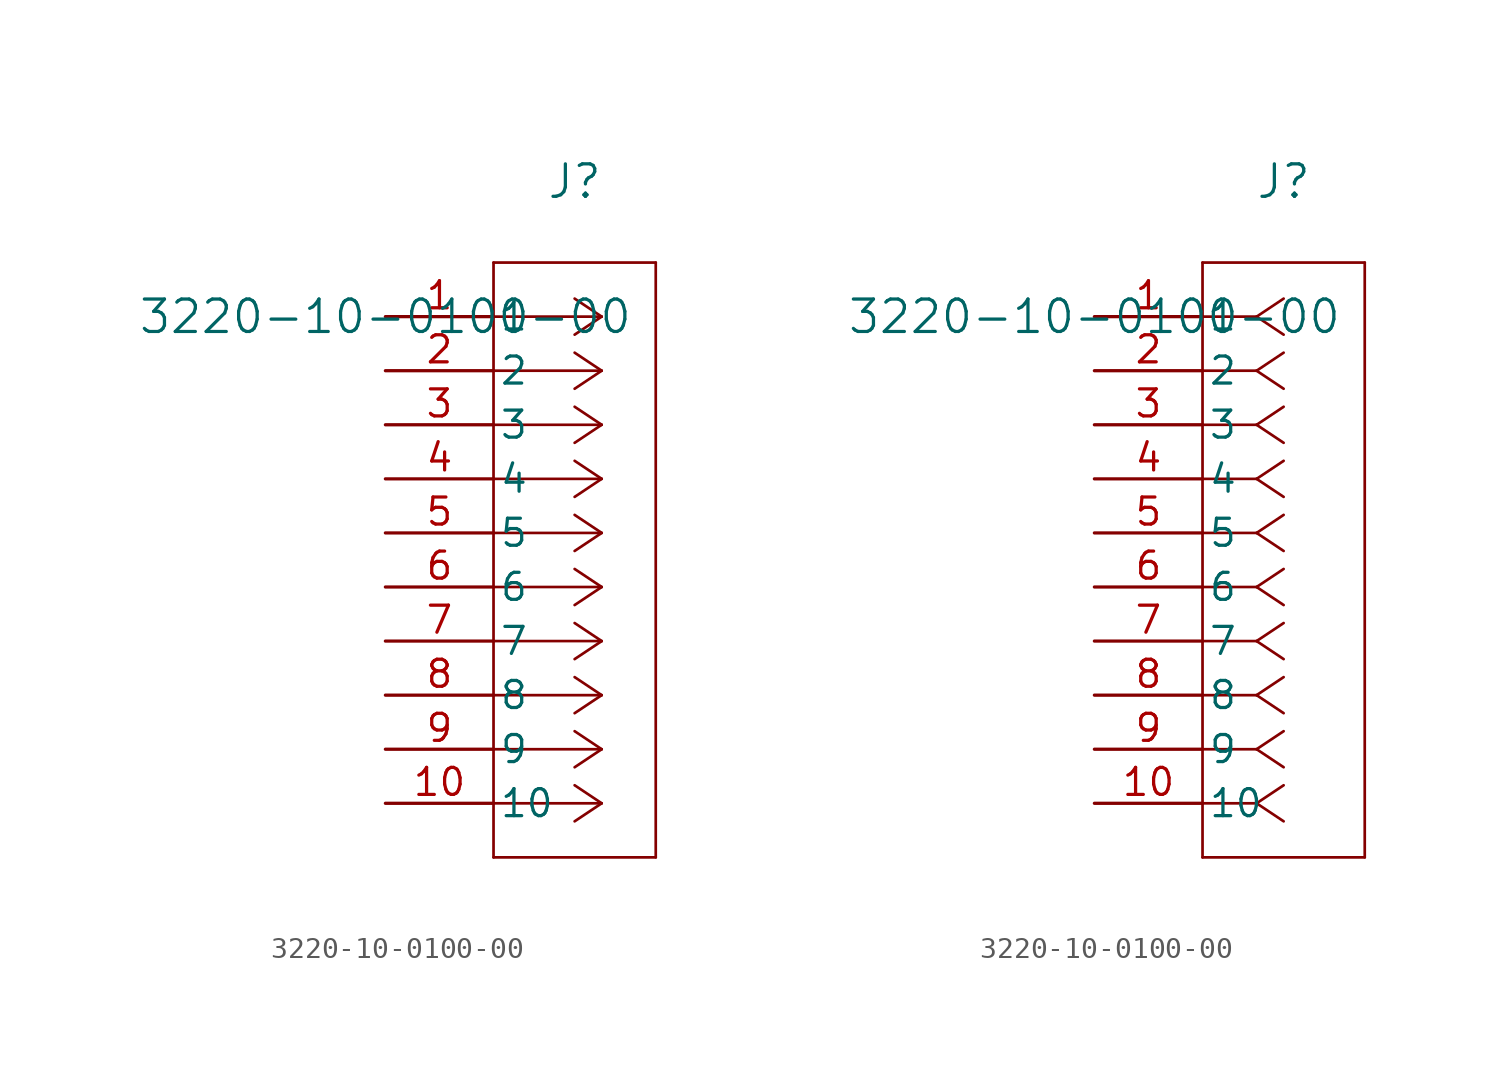
<source format=kicad_sym>
(kicad_symbol_lib
  (version 20211014)
  (generator kicad_symbol_editor)
  (symbol "3220-10-0100-00"
    (pin_names
      (offset 0.254))
    (property "Reference" "J"
      (at 8.89 6.35 0)
      (effects (font (size 1.524 1.524))))
    (property "Value" "3220-10-0100-00"
      (at 0 0 0)
      (effects (font (size 1.524 1.524))))
    (symbol "3220-10-0100-00_1_1"
      (polyline (pts (xy 10.16 0) (xy 5.08 0)) (stroke (width .127) (type default) (color 0 0 0 0)) (fill (type none)))
      (polyline (pts (xy 10.16 -2.54) (xy 5.08 -2.54)) (stroke (width .127) (type default) (color 0 0 0 0)) (fill (type none)))
      (polyline (pts (xy 10.16 -5.08) (xy 5.08 -5.08)) (stroke (width .127) (type default) (color 0 0 0 0)) (fill (type none)))
      (polyline (pts (xy 10.16 -7.62) (xy 5.08 -7.62)) (stroke (width .127) (type default) (color 0 0 0 0)) (fill (type none)))
      (polyline (pts (xy 10.16 -10.16) (xy 5.08 -10.16)) (stroke (width .127) (type default) (color 0 0 0 0)) (fill (type none)))
      (polyline (pts (xy 10.16 -12.7) (xy 5.08 -12.7)) (stroke (width .127) (type default) (color 0 0 0 0)) (fill (type none)))
      (polyline (pts (xy 10.16 -15.24) (xy 5.08 -15.24)) (stroke (width .127) (type default) (color 0 0 0 0)) (fill (type none)))
      (polyline (pts (xy 10.16 -17.78) (xy 5.08 -17.78)) (stroke (width .127) (type default) (color 0 0 0 0)) (fill (type none)))
      (polyline (pts (xy 10.16 -20.32) (xy 5.08 -20.32)) (stroke (width .127) (type default) (color 0 0 0 0)) (fill (type none)))
      (polyline (pts (xy 10.16 -22.86) (xy 5.08 -22.86)) (stroke (width .127) (type default) (color 0 0 0 0)) (fill (type none)))
      (polyline (pts (xy 10.16 0) (xy 8.89 .846666)) (stroke (width .127) (type default) (color 0 0 0 0)) (fill (type none)))
      (polyline (pts (xy 10.16 -2.54) (xy 8.89 -1.693)) (stroke (width .127) (type default) (color 0 0 0 0)) (fill (type none)))
      (polyline (pts (xy 10.16 -5.08) (xy 8.89 -4.233)) (stroke (width .127) (type default) (color 0 0 0 0)) (fill (type none)))
      (polyline (pts (xy 10.16 -7.62) (xy 8.89 -6.773)) (stroke (width .127) (type default) (color 0 0 0 0)) (fill (type none)))
      (polyline (pts (xy 10.16 -10.16) (xy 8.89 -9.313)) (stroke (width .127) (type default) (color 0 0 0 0)) (fill (type none)))
      (polyline (pts (xy 10.16 -12.7) (xy 8.89 -11.853)) (stroke (width .127) (type default) (color 0 0 0 0)) (fill (type none)))
      (polyline (pts (xy 10.16 -15.24) (xy 8.89 -14.393)) (stroke (width .127) (type default) (color 0 0 0 0)) (fill (type none)))
      (polyline (pts (xy 10.16 -17.78) (xy 8.89 -16.933)) (stroke (width .127) (type default) (color 0 0 0 0)) (fill (type none)))
      (polyline (pts (xy 10.16 -20.32) (xy 8.89 -19.473)) (stroke (width .127) (type default) (color 0 0 0 0)) (fill (type none)))
      (polyline (pts (xy 10.16 -22.86) (xy 8.89 -22.013)) (stroke (width .127) (type default) (color 0 0 0 0)) (fill (type none)))
      (polyline (pts (xy 10.16 0) (xy 8.89 -.846666)) (stroke (width .127) (type default) (color 0 0 0 0)) (fill (type none)))
      (polyline (pts (xy 10.16 -2.54) (xy 8.89 -3.387)) (stroke (width .127) (type default) (color 0 0 0 0)) (fill (type none)))
      (polyline (pts (xy 10.16 -5.08) (xy 8.89 -5.927)) (stroke (width .127) (type default) (color 0 0 0 0)) (fill (type none)))
      (polyline (pts (xy 10.16 -7.62) (xy 8.89 -8.467)) (stroke (width .127) (type default) (color 0 0 0 0)) (fill (type none)))
      (polyline (pts (xy 10.16 -10.16) (xy 8.89 -11.007)) (stroke (width .127) (type default) (color 0 0 0 0)) (fill (type none)))
      (polyline (pts (xy 10.16 -12.7) (xy 8.89 -13.547)) (stroke (width .127) (type default) (color 0 0 0 0)) (fill (type none)))
      (polyline (pts (xy 10.16 -15.24) (xy 8.89 -16.087)) (stroke (width .127) (type default) (color 0 0 0 0)) (fill (type none)))
      (polyline (pts (xy 10.16 -17.78) (xy 8.89 -18.627)) (stroke (width .127) (type default) (color 0 0 0 0)) (fill (type none)))
      (polyline (pts (xy 10.16 -20.32) (xy 8.89 -21.167)) (stroke (width .127) (type default) (color 0 0 0 0)) (fill (type none)))
      (polyline (pts (xy 10.16 -22.86) (xy 8.89 -23.707)) (stroke (width .127) (type default) (color 0 0 0 0)) (fill (type none)))
      (polyline (pts (xy 5.08 2.54) (xy 5.08 -25.4)) (stroke (width .127) (type default) (color 0 0 0 0)) (fill (type none)))
      (polyline (pts (xy 5.08 -25.4) (xy 12.7 -25.4)) (stroke (width .127) (type default) (color 0 0 0 0)) (fill (type none)))
      (polyline (pts (xy 12.7 -25.4) (xy 12.7 2.54)) (stroke (width .127) (type default) (color 0 0 0 0)) (fill (type none)))
      (polyline (pts (xy 12.7 2.54) (xy 5.08 2.54)) (stroke (width .127) (type default) (color 0 0 0 0)) (fill (type none)))
      (pin unspecified line (at 0 0 0) (length 5.08) (name "1" (effects (font (size 1.27 1.27)))) (number "1" (effects (font (size 1.27 1.27)))))
      (pin unspecified line (at 0 -2.54 0) (length 5.08) (name "2" (effects (font (size 1.27 1.27)))) (number "2" (effects (font (size 1.27 1.27)))))
      (pin unspecified line (at 0 -5.08 0) (length 5.08) (name "3" (effects (font (size 1.27 1.27)))) (number "3" (effects (font (size 1.27 1.27)))))
      (pin unspecified line (at 0 -7.62 0) (length 5.08) (name "4" (effects (font (size 1.27 1.27)))) (number "4" (effects (font (size 1.27 1.27)))))
      (pin unspecified line (at 0 -10.16 0) (length 5.08) (name "5" (effects (font (size 1.27 1.27)))) (number "5" (effects (font (size 1.27 1.27)))))
      (pin unspecified line (at 0 -12.7 0) (length 5.08) (name "6" (effects (font (size 1.27 1.27)))) (number "6" (effects (font (size 1.27 1.27)))))
      (pin unspecified line (at 0 -15.24 0) (length 5.08) (name "7" (effects (font (size 1.27 1.27)))) (number "7" (effects (font (size 1.27 1.27)))))
      (pin unspecified line (at 0 -17.78 0) (length 5.08) (name "8" (effects (font (size 1.27 1.27)))) (number "8" (effects (font (size 1.27 1.27)))))
      (pin unspecified line (at 0 -20.32 0) (length 5.08) (name "9" (effects (font (size 1.27 1.27)))) (number "9" (effects (font (size 1.27 1.27)))))
      (pin unspecified line (at 0 -22.86 0) (length 5.08) (name "10" (effects (font (size 1.27 1.27)))) (number "10" (effects (font (size 1.27 1.27))))))
    (symbol "3220-10-0100-00_1_2"
      (polyline (pts (xy 7.62 0) (xy 5.08 0)) (stroke (width .127) (type default) (color 0 0 0 0)) (fill (type none)))
      (polyline (pts (xy 7.62 -2.54) (xy 5.08 -2.54)) (stroke (width .127) (type default) (color 0 0 0 0)) (fill (type none)))
      (polyline (pts (xy 7.62 -5.08) (xy 5.08 -5.08)) (stroke (width .127) (type default) (color 0 0 0 0)) (fill (type none)))
      (polyline (pts (xy 7.62 -7.62) (xy 5.08 -7.62)) (stroke (width .127) (type default) (color 0 0 0 0)) (fill (type none)))
      (polyline (pts (xy 7.62 -10.16) (xy 5.08 -10.16)) (stroke (width .127) (type default) (color 0 0 0 0)) (fill (type none)))
      (polyline (pts (xy 7.62 -12.7) (xy 5.08 -12.7)) (stroke (width .127) (type default) (color 0 0 0 0)) (fill (type none)))
      (polyline (pts (xy 7.62 -15.24) (xy 5.08 -15.24)) (stroke (width .127) (type default) (color 0 0 0 0)) (fill (type none)))
      (polyline (pts (xy 7.62 -17.78) (xy 5.08 -17.78)) (stroke (width .127) (type default) (color 0 0 0 0)) (fill (type none)))
      (polyline (pts (xy 7.62 -20.32) (xy 5.08 -20.32)) (stroke (width .127) (type default) (color 0 0 0 0)) (fill (type none)))
      (polyline (pts (xy 7.62 -22.86) (xy 5.08 -22.86)) (stroke (width .127) (type default) (color 0 0 0 0)) (fill (type none)))
      (polyline (pts (xy 7.62 0) (xy 8.89 .846666)) (stroke (width .127) (type default) (color 0 0 0 0)) (fill (type none)))
      (polyline (pts (xy 7.62 -2.54) (xy 8.89 -1.693)) (stroke (width .127) (type default) (color 0 0 0 0)) (fill (type none)))
      (polyline (pts (xy 7.62 -5.08) (xy 8.89 -4.233)) (stroke (width .127) (type default) (color 0 0 0 0)) (fill (type none)))
      (polyline (pts (xy 7.62 -7.62) (xy 8.89 -6.773)) (stroke (width .127) (type default) (color 0 0 0 0)) (fill (type none)))
      (polyline (pts (xy 7.62 -10.16) (xy 8.89 -9.313)) (stroke (width .127) (type default) (color 0 0 0 0)) (fill (type none)))
      (polyline (pts (xy 7.62 -12.7) (xy 8.89 -11.853)) (stroke (width .127) (type default) (color 0 0 0 0)) (fill (type none)))
      (polyline (pts (xy 7.62 -15.24) (xy 8.89 -14.393)) (stroke (width .127) (type default) (color 0 0 0 0)) (fill (type none)))
      (polyline (pts (xy 7.62 -17.78) (xy 8.89 -16.933)) (stroke (width .127) (type default) (color 0 0 0 0)) (fill (type none)))
      (polyline (pts (xy 7.62 -20.32) (xy 8.89 -19.473)) (stroke (width .127) (type default) (color 0 0 0 0)) (fill (type none)))
      (polyline (pts (xy 7.62 -22.86) (xy 8.89 -22.013)) (stroke (width .127) (type default) (color 0 0 0 0)) (fill (type none)))
      (polyline (pts (xy 7.62 0) (xy 8.89 -.846666)) (stroke (width .127) (type default) (color 0 0 0 0)) (fill (type none)))
      (polyline (pts (xy 7.62 -2.54) (xy 8.89 -3.387)) (stroke (width .127) (type default) (color 0 0 0 0)) (fill (type none)))
      (polyline (pts (xy 7.62 -5.08) (xy 8.89 -5.927)) (stroke (width .127) (type default) (color 0 0 0 0)) (fill (type none)))
      (polyline (pts (xy 7.62 -7.62) (xy 8.89 -8.467)) (stroke (width .127) (type default) (color 0 0 0 0)) (fill (type none)))
      (polyline (pts (xy 7.62 -10.16) (xy 8.89 -11.007)) (stroke (width .127) (type default) (color 0 0 0 0)) (fill (type none)))
      (polyline (pts (xy 7.62 -12.7) (xy 8.89 -13.547)) (stroke (width .127) (type default) (color 0 0 0 0)) (fill (type none)))
      (polyline (pts (xy 7.62 -15.24) (xy 8.89 -16.087)) (stroke (width .127) (type default) (color 0 0 0 0)) (fill (type none)))
      (polyline (pts (xy 7.62 -17.78) (xy 8.89 -18.627)) (stroke (width .127) (type default) (color 0 0 0 0)) (fill (type none)))
      (polyline (pts (xy 7.62 -20.32) (xy 8.89 -21.167)) (stroke (width .127) (type default) (color 0 0 0 0)) (fill (type none)))
      (polyline (pts (xy 7.62 -22.86) (xy 8.89 -23.707)) (stroke (width .127) (type default) (color 0 0 0 0)) (fill (type none)))
      (polyline (pts (xy 5.08 2.54) (xy 5.08 -25.4)) (stroke (width .127) (type default) (color 0 0 0 0)) (fill (type none)))
      (polyline (pts (xy 5.08 -25.4) (xy 12.7 -25.4)) (stroke (width .127) (type default) (color 0 0 0 0)) (fill (type none)))
      (polyline (pts (xy 12.7 -25.4) (xy 12.7 2.54)) (stroke (width .127) (type default) (color 0 0 0 0)) (fill (type none)))
      (polyline (pts (xy 12.7 2.54) (xy 5.08 2.54)) (stroke (width .127) (type default) (color 0 0 0 0)) (fill (type none)))
      (pin unspecified line (at 0 0 0) (length 5.08) (name "1" (effects (font (size 1.27 1.27)))) (number "1" (effects (font (size 1.27 1.27)))))
      (pin unspecified line (at 0 -2.54 0) (length 5.08) (name "2" (effects (font (size 1.27 1.27)))) (number "2" (effects (font (size 1.27 1.27)))))
      (pin unspecified line (at 0 -5.08 0) (length 5.08) (name "3" (effects (font (size 1.27 1.27)))) (number "3" (effects (font (size 1.27 1.27)))))
      (pin unspecified line (at 0 -7.62 0) (length 5.08) (name "4" (effects (font (size 1.27 1.27)))) (number "4" (effects (font (size 1.27 1.27)))))
      (pin unspecified line (at 0 -10.16 0) (length 5.08) (name "5" (effects (font (size 1.27 1.27)))) (number "5" (effects (font (size 1.27 1.27)))))
      (pin unspecified line (at 0 -12.7 0) (length 5.08) (name "6" (effects (font (size 1.27 1.27)))) (number "6" (effects (font (size 1.27 1.27)))))
      (pin unspecified line (at 0 -15.24 0) (length 5.08) (name "7" (effects (font (size 1.27 1.27)))) (number "7" (effects (font (size 1.27 1.27)))))
      (pin unspecified line (at 0 -17.78 0) (length 5.08) (name "8" (effects (font (size 1.27 1.27)))) (number "8" (effects (font (size 1.27 1.27)))))
      (pin unspecified line (at 0 -20.32 0) (length 5.08) (name "9" (effects (font (size 1.27 1.27)))) (number "9" (effects (font (size 1.27 1.27)))))
      (pin unspecified line (at 0 -22.86 0) (length 5.08) (name "10" (effects (font (size 1.27 1.27)))) (number "10" (effects (font (size 1.27 1.27))))))))
</source>
